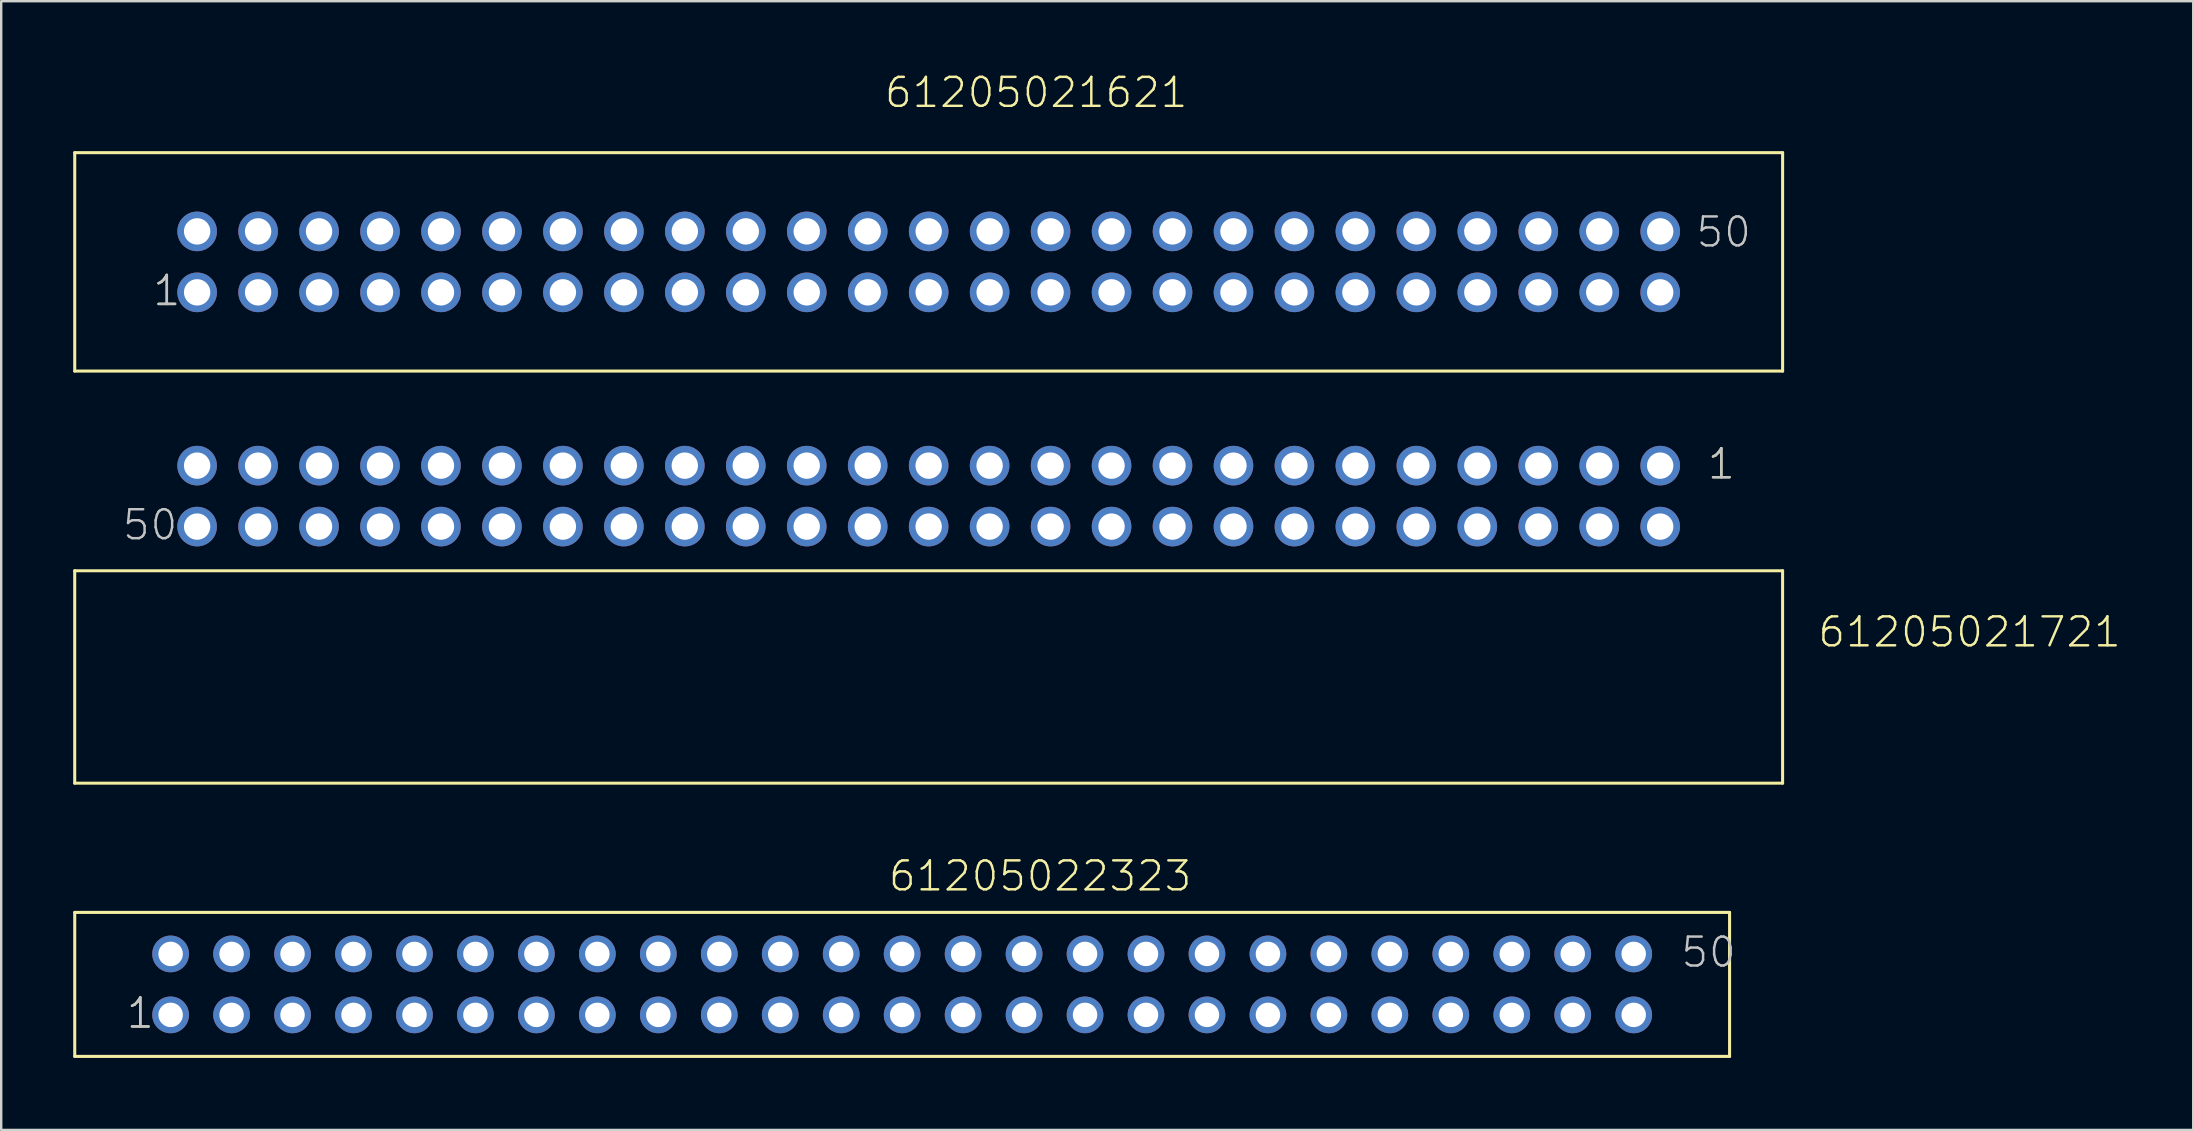
<source format=kicad_pcb>
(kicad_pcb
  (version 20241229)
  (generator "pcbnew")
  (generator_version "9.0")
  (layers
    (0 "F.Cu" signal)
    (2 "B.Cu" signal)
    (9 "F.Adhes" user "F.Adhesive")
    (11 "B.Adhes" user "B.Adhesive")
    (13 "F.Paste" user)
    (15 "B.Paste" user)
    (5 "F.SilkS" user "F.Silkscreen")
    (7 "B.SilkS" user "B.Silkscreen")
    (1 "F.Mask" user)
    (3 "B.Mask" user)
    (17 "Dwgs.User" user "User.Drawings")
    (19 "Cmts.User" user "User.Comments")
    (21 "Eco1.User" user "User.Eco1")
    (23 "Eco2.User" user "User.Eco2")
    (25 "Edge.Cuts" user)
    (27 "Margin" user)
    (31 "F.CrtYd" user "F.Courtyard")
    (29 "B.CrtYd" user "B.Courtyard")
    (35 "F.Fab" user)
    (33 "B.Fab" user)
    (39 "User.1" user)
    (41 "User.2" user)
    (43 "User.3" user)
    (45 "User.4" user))
  (footprint "61205022323"
    (layer "F.Cu")
    (at 35.809 37.966)
    (property "Reference" "61205022323" (at -1.905 -3.81 0) (layer "F.SilkS") (effects (font (size 1.206 1.206) (thickness 0.102)) (justify left bottom)))
    (attr through_hole)
    (fp_line (start -35.745 -3) (end 33.205 -3) (stroke (width 0.127) (type solid)) (layer "F.SilkS"))
    (fp_line (start -35.745 3) (end -35.745 -3) (stroke (width 0.127) (type solid)) (layer "F.SilkS"))
    (fp_line (start 33.205 -3) (end 33.205 3) (stroke (width 0.127) (type solid)) (layer "F.SilkS"))
    (fp_line (start 33.205 3) (end -35.745 3) (stroke (width 0.127) (type solid)) (layer "F.SilkS"))
    (fp_text user "1" (at -33.655 1.905 0) (layer "F.SilkS") (effects (font (size 1.206 1.206) (thickness 0.102)) (justify left bottom)))
    (fp_text user "1" (at -33.655 1.905 0) (layer "Dwgs.User") (effects (font (size 1.206 1.206) (thickness 0.102)) (justify left bottom)))
    (fp_text user "50" (at 31.115 -0.635 0) (layer "Dwgs.User") (effects (font (size 1.206 1.206) (thickness 0.102)) (justify left bottom)))
    (pad "1" thru_hole circle (at -31.75 1.27) (size 1.53 1.53) (drill 1.02) (layers "*.Cu" "*.Mask"))
    (pad "2" thru_hole circle (at -31.75 -1.27) (size 1.53 1.53) (drill 1.02) (layers "*.Cu" "*.Mask"))
    (pad "3" thru_hole circle (at -29.21 1.27) (size 1.53 1.53) (drill 1.02) (layers "*.Cu" "*.Mask"))
    (pad "4" thru_hole circle (at -29.21 -1.27) (size 1.53 1.53) (drill 1.02) (layers "*.Cu" "*.Mask"))
    (pad "5" thru_hole circle (at -26.67 1.27) (size 1.53 1.53) (drill 1.02) (layers "*.Cu" "*.Mask"))
    (pad "6" thru_hole circle (at -26.67 -1.27) (size 1.53 1.53) (drill 1.02) (layers "*.Cu" "*.Mask"))
    (pad "7" thru_hole circle (at -24.13 1.27) (size 1.53 1.53) (drill 1.02) (layers "*.Cu" "*.Mask"))
    (pad "8" thru_hole circle (at -24.13 -1.27) (size 1.53 1.53) (drill 1.02) (layers "*.Cu" "*.Mask"))
    (pad "9" thru_hole circle (at -21.59 1.27) (size 1.53 1.53) (drill 1.02) (layers "*.Cu" "*.Mask"))
    (pad "10" thru_hole circle (at -21.59 -1.27) (size 1.53 1.53) (drill 1.02) (layers "*.Cu" "*.Mask"))
    (pad "11" thru_hole circle (at -19.05 1.27) (size 1.53 1.53) (drill 1.02) (layers "*.Cu" "*.Mask"))
    (pad "12" thru_hole circle (at -19.05 -1.27) (size 1.53 1.53) (drill 1.02) (layers "*.Cu" "*.Mask"))
    (pad "13" thru_hole circle (at -16.51 1.27) (size 1.53 1.53) (drill 1.02) (layers "*.Cu" "*.Mask"))
    (pad "14" thru_hole circle (at -16.51 -1.27) (size 1.53 1.53) (drill 1.02) (layers "*.Cu" "*.Mask"))
    (pad "15" thru_hole circle (at -13.97 1.27) (size 1.53 1.53) (drill 1.02) (layers "*.Cu" "*.Mask"))
    (pad "16" thru_hole circle (at -13.97 -1.27) (size 1.53 1.53) (drill 1.02) (layers "*.Cu" "*.Mask"))
    (pad "17" thru_hole circle (at -11.43 1.27) (size 1.53 1.53) (drill 1.02) (layers "*.Cu" "*.Mask"))
    (pad "18" thru_hole circle (at -11.43 -1.27) (size 1.53 1.53) (drill 1.02) (layers "*.Cu" "*.Mask"))
    (pad "19" thru_hole circle (at -8.89 1.27) (size 1.53 1.53) (drill 1.02) (layers "*.Cu" "*.Mask"))
    (pad "20" thru_hole circle (at -8.89 -1.27) (size 1.53 1.53) (drill 1.02) (layers "*.Cu" "*.Mask"))
    (pad "21" thru_hole circle (at -6.35 1.27) (size 1.53 1.53) (drill 1.02) (layers "*.Cu" "*.Mask"))
    (pad "22" thru_hole circle (at -6.35 -1.27) (size 1.53 1.53) (drill 1.02) (layers "*.Cu" "*.Mask"))
    (pad "23" thru_hole circle (at -3.81 1.27) (size 1.53 1.53) (drill 1.02) (layers "*.Cu" "*.Mask"))
    (pad "24" thru_hole circle (at -3.81 -1.27) (size 1.53 1.53) (drill 1.02) (layers "*.Cu" "*.Mask"))
    (pad "25" thru_hole circle (at -1.27 1.27) (size 1.53 1.53) (drill 1.02) (layers "*.Cu" "*.Mask"))
    (pad "26" thru_hole circle (at -1.27 -1.27) (size 1.53 1.53) (drill 1.02) (layers "*.Cu" "*.Mask"))
    (pad "27" thru_hole circle (at 1.27 1.27) (size 1.53 1.53) (drill 1.02) (layers "*.Cu" "*.Mask"))
    (pad "28" thru_hole circle (at 1.27 -1.27) (size 1.53 1.53) (drill 1.02) (layers "*.Cu" "*.Mask"))
    (pad "29" thru_hole circle (at 3.81 1.27) (size 1.53 1.53) (drill 1.02) (layers "*.Cu" "*.Mask"))
    (pad "30" thru_hole circle (at 3.81 -1.27) (size 1.53 1.53) (drill 1.02) (layers "*.Cu" "*.Mask"))
    (pad "31" thru_hole circle (at 6.35 1.27) (size 1.53 1.53) (drill 1.02) (layers "*.Cu" "*.Mask"))
    (pad "32" thru_hole circle (at 6.35 -1.27) (size 1.53 1.53) (drill 1.02) (layers "*.Cu" "*.Mask"))
    (pad "33" thru_hole circle (at 8.89 1.27) (size 1.53 1.53) (drill 1.02) (layers "*.Cu" "*.Mask"))
    (pad "34" thru_hole circle (at 8.89 -1.27) (size 1.53 1.53) (drill 1.02) (layers "*.Cu" "*.Mask"))
    (pad "35" thru_hole circle (at 11.43 1.27) (size 1.53 1.53) (drill 1.02) (layers "*.Cu" "*.Mask"))
    (pad "36" thru_hole circle (at 11.43 -1.27) (size 1.53 1.53) (drill 1.02) (layers "*.Cu" "*.Mask"))
    (pad "37" thru_hole circle (at 13.97 1.27) (size 1.53 1.53) (drill 1.02) (layers "*.Cu" "*.Mask"))
    (pad "38" thru_hole circle (at 13.97 -1.27) (size 1.53 1.53) (drill 1.02) (layers "*.Cu" "*.Mask"))
    (pad "39" thru_hole circle (at 16.51 1.27) (size 1.53 1.53) (drill 1.02) (layers "*.Cu" "*.Mask"))
    (pad "40" thru_hole circle (at 16.51 -1.27) (size 1.53 1.53) (drill 1.02) (layers "*.Cu" "*.Mask"))
    (pad "41" thru_hole circle (at 19.05 1.27) (size 1.53 1.53) (drill 1.02) (layers "*.Cu" "*.Mask"))
    (pad "42" thru_hole circle (at 19.05 -1.27) (size 1.53 1.53) (drill 1.02) (layers "*.Cu" "*.Mask"))
    (pad "43" thru_hole circle (at 21.59 1.27) (size 1.53 1.53) (drill 1.02) (layers "*.Cu" "*.Mask"))
    (pad "44" thru_hole circle (at 21.59 -1.27) (size 1.53 1.53) (drill 1.02) (layers "*.Cu" "*.Mask"))
    (pad "45" thru_hole circle (at 24.13 1.27) (size 1.53 1.53) (drill 1.02) (layers "*.Cu" "*.Mask"))
    (pad "46" thru_hole circle (at 24.13 -1.27) (size 1.53 1.53) (drill 1.02) (layers "*.Cu" "*.Mask"))
    (pad "47" thru_hole circle (at 26.67 1.27) (size 1.53 1.53) (drill 1.02) (layers "*.Cu" "*.Mask"))
    (pad "48" thru_hole circle (at 26.67 -1.27) (size 1.53 1.53) (drill 1.02) (layers "*.Cu" "*.Mask"))
    (pad "49" thru_hole circle (at 29.21 1.27) (size 1.53 1.53) (drill 1.02) (layers "*.Cu" "*.Mask"))
    (pad "50" thru_hole circle (at 29.21 -1.27) (size 1.53 1.53) (drill 1.02) (layers "*.Cu" "*.Mask")))
  (footprint "61205021621"
    (layer "F.Cu")
    (at 35.644 7.861)
    (property "Reference" "61205021621" (at -1.905 -6.35 0) (layer "F.SilkS") (effects (font (size 1.206 1.206) (thickness 0.102)) (justify left bottom)))
    (attr through_hole)
    (fp_line (start -35.58 -4.55) (end 35.58 -4.55) (stroke (width 0.127) (type solid)) (layer "F.SilkS"))
    (fp_line (start -35.58 4.55) (end -35.58 -4.55) (stroke (width 0.127) (type solid)) (layer "F.SilkS"))
    (fp_line (start 35.58 -4.55) (end 35.58 4.55) (stroke (width 0.127) (type solid)) (layer "F.SilkS"))
    (fp_line (start 35.58 4.55) (end -35.58 4.55) (stroke (width 0.127) (type solid)) (layer "F.SilkS"))
    (fp_text user "1" (at -32.385 1.905 0) (layer "F.SilkS") (effects (font (size 1.206 1.206) (thickness 0.102)) (justify left bottom)))
    (fp_text user "50" (at 31.91 -0.535 0) (layer "Dwgs.User") (effects (font (size 1.206 1.206) (thickness 0.102)) (justify left bottom)))
    (fp_text user "1" (at -32.385 1.905 0) (layer "Dwgs.User") (effects (font (size 1.206 1.206) (thickness 0.102)) (justify left bottom)))
    (pad "1" thru_hole circle (at -30.48 1.27) (size 1.65 1.65) (drill 1.1) (layers "*.Cu" "*.Mask"))
    (pad "2" thru_hole circle (at -30.48 -1.27) (size 1.65 1.65) (drill 1.1) (layers "*.Cu" "*.Mask"))
    (pad "3" thru_hole circle (at -27.94 1.27) (size 1.65 1.65) (drill 1.1) (layers "*.Cu" "*.Mask"))
    (pad "4" thru_hole circle (at -27.94 -1.27) (size 1.65 1.65) (drill 1.1) (layers "*.Cu" "*.Mask"))
    (pad "5" thru_hole circle (at -25.4 1.27) (size 1.65 1.65) (drill 1.1) (layers "*.Cu" "*.Mask"))
    (pad "6" thru_hole circle (at -25.4 -1.27) (size 1.65 1.65) (drill 1.1) (layers "*.Cu" "*.Mask"))
    (pad "7" thru_hole circle (at -22.86 1.27) (size 1.65 1.65) (drill 1.1) (layers "*.Cu" "*.Mask"))
    (pad "8" thru_hole circle (at -22.86 -1.27) (size 1.65 1.65) (drill 1.1) (layers "*.Cu" "*.Mask"))
    (pad "9" thru_hole circle (at -20.32 1.27) (size 1.65 1.65) (drill 1.1) (layers "*.Cu" "*.Mask"))
    (pad "10" thru_hole circle (at -20.32 -1.27) (size 1.65 1.65) (drill 1.1) (layers "*.Cu" "*.Mask"))
    (pad "11" thru_hole circle (at -17.78 1.27) (size 1.65 1.65) (drill 1.1) (layers "*.Cu" "*.Mask"))
    (pad "12" thru_hole circle (at -17.78 -1.27) (size 1.65 1.65) (drill 1.1) (layers "*.Cu" "*.Mask"))
    (pad "13" thru_hole circle (at -15.24 1.27) (size 1.65 1.65) (drill 1.1) (layers "*.Cu" "*.Mask"))
    (pad "14" thru_hole circle (at -15.24 -1.27) (size 1.65 1.65) (drill 1.1) (layers "*.Cu" "*.Mask"))
    (pad "15" thru_hole circle (at -12.7 1.27) (size 1.65 1.65) (drill 1.1) (layers "*.Cu" "*.Mask"))
    (pad "16" thru_hole circle (at -12.7 -1.27) (size 1.65 1.65) (drill 1.1) (layers "*.Cu" "*.Mask"))
    (pad "17" thru_hole circle (at -10.16 1.27) (size 1.65 1.65) (drill 1.1) (layers "*.Cu" "*.Mask"))
    (pad "18" thru_hole circle (at -10.16 -1.27) (size 1.65 1.65) (drill 1.1) (layers "*.Cu" "*.Mask"))
    (pad "19" thru_hole circle (at -7.62 1.27) (size 1.65 1.65) (drill 1.1) (layers "*.Cu" "*.Mask"))
    (pad "20" thru_hole circle (at -7.62 -1.27) (size 1.65 1.65) (drill 1.1) (layers "*.Cu" "*.Mask"))
    (pad "21" thru_hole circle (at -5.08 1.27) (size 1.65 1.65) (drill 1.1) (layers "*.Cu" "*.Mask"))
    (pad "22" thru_hole circle (at -5.08 -1.27) (size 1.65 1.65) (drill 1.1) (layers "*.Cu" "*.Mask"))
    (pad "23" thru_hole circle (at -2.54 1.27) (size 1.65 1.65) (drill 1.1) (layers "*.Cu" "*.Mask"))
    (pad "24" thru_hole circle (at -2.54 -1.27) (size 1.65 1.65) (drill 1.1) (layers "*.Cu" "*.Mask"))
    (pad "25" thru_hole circle (at 0 1.27) (size 1.65 1.65) (drill 1.1) (layers "*.Cu" "*.Mask"))
    (pad "26" thru_hole circle (at 0 -1.27) (size 1.65 1.65) (drill 1.1) (layers "*.Cu" "*.Mask"))
    (pad "27" thru_hole circle (at 2.54 1.27) (size 1.65 1.65) (drill 1.1) (layers "*.Cu" "*.Mask"))
    (pad "28" thru_hole circle (at 2.54 -1.27) (size 1.65 1.65) (drill 1.1) (layers "*.Cu" "*.Mask"))
    (pad "29" thru_hole circle (at 5.08 1.27) (size 1.65 1.65) (drill 1.1) (layers "*.Cu" "*.Mask"))
    (pad "30" thru_hole circle (at 5.08 -1.27) (size 1.65 1.65) (drill 1.1) (layers "*.Cu" "*.Mask"))
    (pad "31" thru_hole circle (at 7.62 1.27) (size 1.65 1.65) (drill 1.1) (layers "*.Cu" "*.Mask"))
    (pad "32" thru_hole circle (at 7.62 -1.27) (size 1.65 1.65) (drill 1.1) (layers "*.Cu" "*.Mask"))
    (pad "33" thru_hole circle (at 10.16 1.27) (size 1.65 1.65) (drill 1.1) (layers "*.Cu" "*.Mask"))
    (pad "34" thru_hole circle (at 10.16 -1.27) (size 1.65 1.65) (drill 1.1) (layers "*.Cu" "*.Mask"))
    (pad "35" thru_hole circle (at 12.7 1.27) (size 1.65 1.65) (drill 1.1) (layers "*.Cu" "*.Mask"))
    (pad "36" thru_hole circle (at 12.7 -1.27) (size 1.65 1.65) (drill 1.1) (layers "*.Cu" "*.Mask"))
    (pad "37" thru_hole circle (at 15.24 1.27) (size 1.65 1.65) (drill 1.1) (layers "*.Cu" "*.Mask"))
    (pad "38" thru_hole circle (at 15.24 -1.27) (size 1.65 1.65) (drill 1.1) (layers "*.Cu" "*.Mask"))
    (pad "39" thru_hole circle (at 17.78 1.27) (size 1.65 1.65) (drill 1.1) (layers "*.Cu" "*.Mask"))
    (pad "40" thru_hole circle (at 17.78 -1.27) (size 1.65 1.65) (drill 1.1) (layers "*.Cu" "*.Mask"))
    (pad "41" thru_hole circle (at 20.32 1.27) (size 1.65 1.65) (drill 1.1) (layers "*.Cu" "*.Mask"))
    (pad "42" thru_hole circle (at 20.32 -1.27) (size 1.65 1.65) (drill 1.1) (layers "*.Cu" "*.Mask"))
    (pad "43" thru_hole circle (at 22.86 1.27) (size 1.65 1.65) (drill 1.1) (layers "*.Cu" "*.Mask"))
    (pad "44" thru_hole circle (at 22.86 -1.27) (size 1.65 1.65) (drill 1.1) (layers "*.Cu" "*.Mask"))
    (pad "45" thru_hole circle (at 25.4 1.27) (size 1.65 1.65) (drill 1.1) (layers "*.Cu" "*.Mask"))
    (pad "46" thru_hole circle (at 25.4 -1.27) (size 1.65 1.65) (drill 1.1) (layers "*.Cu" "*.Mask"))
    (pad "47" thru_hole circle (at 27.94 1.27) (size 1.65 1.65) (drill 1.1) (layers "*.Cu" "*.Mask"))
    (pad "48" thru_hole circle (at 27.94 -1.27) (size 1.65 1.65) (drill 1.1) (layers "*.Cu" "*.Mask"))
    (pad "49" thru_hole circle (at 30.48 1.27) (size 1.65 1.65) (drill 1.1) (layers "*.Cu" "*.Mask"))
    (pad "50" thru_hole circle (at 30.48 -1.27) (size 1.65 1.65) (drill 1.1) (layers "*.Cu" "*.Mask")))
  (footprint "61205021721"
    (layer "F.Cu")
    (at 34.373 17.621)
    (property "Reference" "61205021721" (at 38.256 6.368 0) (layer "F.SilkS") (effects (font (size 1.206 1.206) (thickness 0.102)) (justify left bottom)))
    (attr through_hole)
    (fp_line (start -34.31 3.11) (end 36.85 3.11) (stroke (width 0.127) (type solid)) (layer "F.SilkS"))
    (fp_line (start -34.31 11.96) (end -34.31 3.11) (stroke (width 0.127) (type solid)) (layer "F.SilkS"))
    (fp_line (start 36.85 3.11) (end 36.85 11.96) (stroke (width 0.127) (type solid)) (layer "F.SilkS"))
    (fp_line (start 36.85 11.96) (end -34.31 11.96) (stroke (width 0.127) (type solid)) (layer "F.SilkS"))
    (fp_text user "1" (at 33.655 -0.635 0) (layer "F.SilkS") (effects (font (size 1.206 1.206) (thickness 0.102)) (justify left bottom)))
    (fp_text user "1" (at 33.655 -0.635 0) (layer "Dwgs.User") (effects (font (size 1.206 1.206) (thickness 0.102)) (justify left bottom)))
    (fp_text user "50" (at -32.385 1.905 0) (layer "Dwgs.User") (effects (font (size 1.206 1.206) (thickness 0.102)) (justify left bottom)))
    (pad "1" thru_hole circle (at 31.75 -1.27) (size 1.65 1.65) (drill 1.1) (layers "*.Cu" "*.Mask"))
    (pad "2" thru_hole circle (at 31.75 1.27) (size 1.65 1.65) (drill 1.1) (layers "*.Cu" "*.Mask"))
    (pad "3" thru_hole circle (at 29.21 -1.27) (size 1.65 1.65) (drill 1.1) (layers "*.Cu" "*.Mask"))
    (pad "4" thru_hole circle (at 29.21 1.27) (size 1.65 1.65) (drill 1.1) (layers "*.Cu" "*.Mask"))
    (pad "5" thru_hole circle (at 26.67 -1.27) (size 1.65 1.65) (drill 1.1) (layers "*.Cu" "*.Mask"))
    (pad "6" thru_hole circle (at 26.67 1.27) (size 1.65 1.65) (drill 1.1) (layers "*.Cu" "*.Mask"))
    (pad "7" thru_hole circle (at 24.13 -1.27) (size 1.65 1.65) (drill 1.1) (layers "*.Cu" "*.Mask"))
    (pad "8" thru_hole circle (at 24.13 1.27) (size 1.65 1.65) (drill 1.1) (layers "*.Cu" "*.Mask"))
    (pad "9" thru_hole circle (at 21.59 -1.27) (size 1.65 1.65) (drill 1.1) (layers "*.Cu" "*.Mask"))
    (pad "10" thru_hole circle (at 21.59 1.27) (size 1.65 1.65) (drill 1.1) (layers "*.Cu" "*.Mask"))
    (pad "11" thru_hole circle (at 19.05 -1.27) (size 1.65 1.65) (drill 1.1) (layers "*.Cu" "*.Mask"))
    (pad "12" thru_hole circle (at 19.05 1.27) (size 1.65 1.65) (drill 1.1) (layers "*.Cu" "*.Mask"))
    (pad "13" thru_hole circle (at 16.51 -1.27) (size 1.65 1.65) (drill 1.1) (layers "*.Cu" "*.Mask"))
    (pad "14" thru_hole circle (at 16.51 1.27) (size 1.65 1.65) (drill 1.1) (layers "*.Cu" "*.Mask"))
    (pad "15" thru_hole circle (at 13.97 -1.27) (size 1.65 1.65) (drill 1.1) (layers "*.Cu" "*.Mask"))
    (pad "16" thru_hole circle (at 13.97 1.27) (size 1.65 1.65) (drill 1.1) (layers "*.Cu" "*.Mask"))
    (pad "17" thru_hole circle (at 11.43 -1.27) (size 1.65 1.65) (drill 1.1) (layers "*.Cu" "*.Mask"))
    (pad "18" thru_hole circle (at 11.43 1.27) (size 1.65 1.65) (drill 1.1) (layers "*.Cu" "*.Mask"))
    (pad "19" thru_hole circle (at 8.89 -1.27) (size 1.65 1.65) (drill 1.1) (layers "*.Cu" "*.Mask"))
    (pad "20" thru_hole circle (at 8.89 1.27) (size 1.65 1.65) (drill 1.1) (layers "*.Cu" "*.Mask"))
    (pad "21" thru_hole circle (at 6.35 -1.27) (size 1.65 1.65) (drill 1.1) (layers "*.Cu" "*.Mask"))
    (pad "22" thru_hole circle (at 6.35 1.27) (size 1.65 1.65) (drill 1.1) (layers "*.Cu" "*.Mask"))
    (pad "23" thru_hole circle (at 3.81 -1.27) (size 1.65 1.65) (drill 1.1) (layers "*.Cu" "*.Mask"))
    (pad "24" thru_hole circle (at 3.81 1.27) (size 1.65 1.65) (drill 1.1) (layers "*.Cu" "*.Mask"))
    (pad "25" thru_hole circle (at 1.27 -1.27) (size 1.65 1.65) (drill 1.1) (layers "*.Cu" "*.Mask"))
    (pad "26" thru_hole circle (at 1.27 1.27) (size 1.65 1.65) (drill 1.1) (layers "*.Cu" "*.Mask"))
    (pad "27" thru_hole circle (at -1.27 -1.27) (size 1.65 1.65) (drill 1.1) (layers "*.Cu" "*.Mask"))
    (pad "28" thru_hole circle (at -1.27 1.27) (size 1.65 1.65) (drill 1.1) (layers "*.Cu" "*.Mask"))
    (pad "29" thru_hole circle (at -3.81 -1.27) (size 1.65 1.65) (drill 1.1) (layers "*.Cu" "*.Mask"))
    (pad "30" thru_hole circle (at -3.81 1.27) (size 1.65 1.65) (drill 1.1) (layers "*.Cu" "*.Mask"))
    (pad "31" thru_hole circle (at -6.35 -1.27) (size 1.65 1.65) (drill 1.1) (layers "*.Cu" "*.Mask"))
    (pad "32" thru_hole circle (at -6.35 1.27) (size 1.65 1.65) (drill 1.1) (layers "*.Cu" "*.Mask"))
    (pad "33" thru_hole circle (at -8.89 -1.27) (size 1.65 1.65) (drill 1.1) (layers "*.Cu" "*.Mask"))
    (pad "34" thru_hole circle (at -8.89 1.27) (size 1.65 1.65) (drill 1.1) (layers "*.Cu" "*.Mask"))
    (pad "35" thru_hole circle (at -11.43 -1.27) (size 1.65 1.65) (drill 1.1) (layers "*.Cu" "*.Mask"))
    (pad "36" thru_hole circle (at -11.43 1.27) (size 1.65 1.65) (drill 1.1) (layers "*.Cu" "*.Mask"))
    (pad "37" thru_hole circle (at -13.97 -1.27) (size 1.65 1.65) (drill 1.1) (layers "*.Cu" "*.Mask"))
    (pad "38" thru_hole circle (at -13.97 1.27) (size 1.65 1.65) (drill 1.1) (layers "*.Cu" "*.Mask"))
    (pad "39" thru_hole circle (at -16.51 -1.27) (size 1.65 1.65) (drill 1.1) (layers "*.Cu" "*.Mask"))
    (pad "40" thru_hole circle (at -16.51 1.27) (size 1.65 1.65) (drill 1.1) (layers "*.Cu" "*.Mask"))
    (pad "41" thru_hole circle (at -19.05 -1.27) (size 1.65 1.65) (drill 1.1) (layers "*.Cu" "*.Mask"))
    (pad "42" thru_hole circle (at -19.05 1.27) (size 1.65 1.65) (drill 1.1) (layers "*.Cu" "*.Mask"))
    (pad "43" thru_hole circle (at -21.59 -1.27) (size 1.65 1.65) (drill 1.1) (layers "*.Cu" "*.Mask"))
    (pad "44" thru_hole circle (at -21.59 1.27) (size 1.65 1.65) (drill 1.1) (layers "*.Cu" "*.Mask"))
    (pad "45" thru_hole circle (at -24.13 -1.27) (size 1.65 1.65) (drill 1.1) (layers "*.Cu" "*.Mask"))
    (pad "46" thru_hole circle (at -24.13 1.27) (size 1.65 1.65) (drill 1.1) (layers "*.Cu" "*.Mask"))
    (pad "47" thru_hole circle (at -26.67 -1.27) (size 1.65 1.65) (drill 1.1) (layers "*.Cu" "*.Mask"))
    (pad "48" thru_hole circle (at -26.67 1.27) (size 1.65 1.65) (drill 1.1) (layers "*.Cu" "*.Mask"))
    (pad "49" thru_hole circle (at -29.21 -1.27) (size 1.65 1.65) (drill 1.1) (layers "*.Cu" "*.Mask"))
    (pad "50" thru_hole circle (at -29.21 1.27) (size 1.65 1.65) (drill 1.1) (layers "*.Cu" "*.Mask")))
  (gr_rect
    (start -3 -3)
    (end 88.332 44.029)
    (stroke (width 0.1) (type default))
    (fill no)
    (layer "Edge.Cuts")))
</source>
